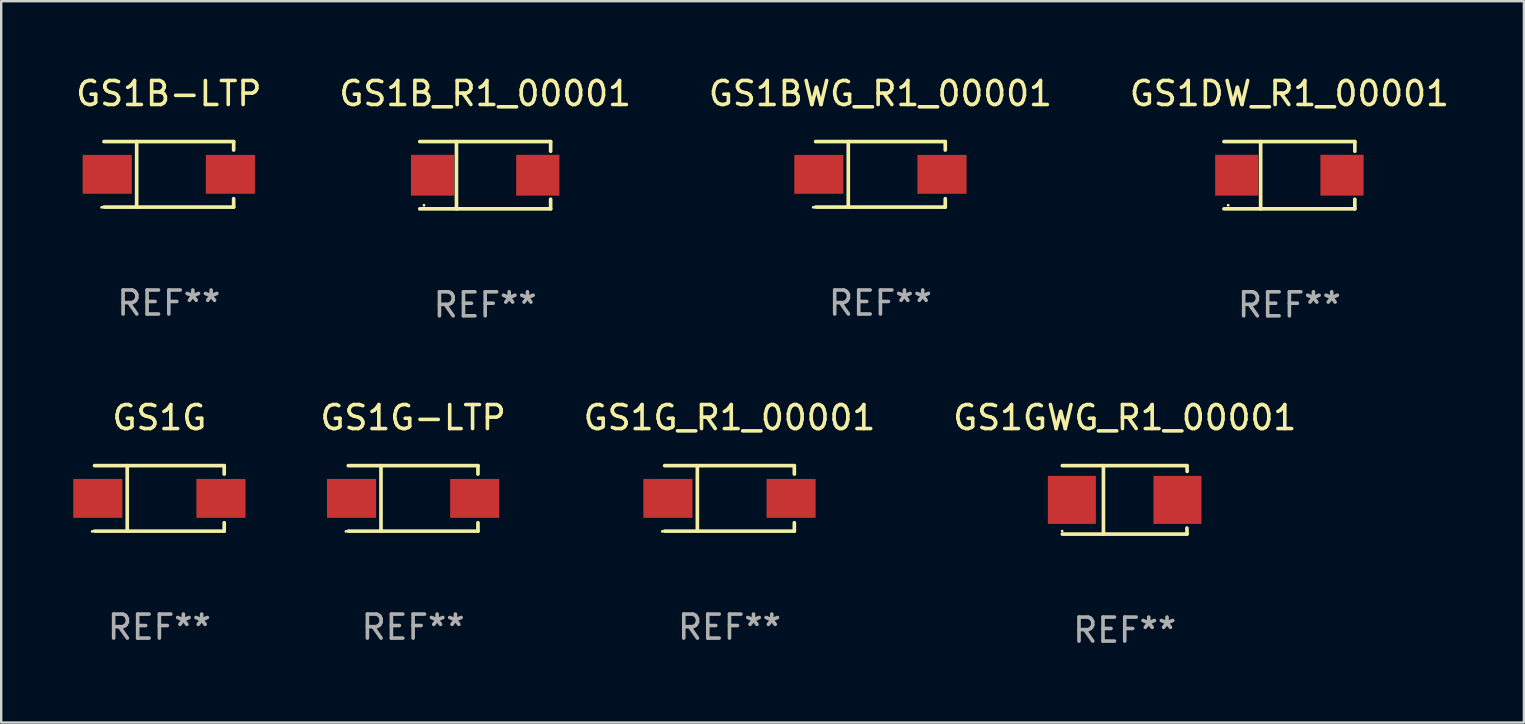
<source format=kicad_pcb>
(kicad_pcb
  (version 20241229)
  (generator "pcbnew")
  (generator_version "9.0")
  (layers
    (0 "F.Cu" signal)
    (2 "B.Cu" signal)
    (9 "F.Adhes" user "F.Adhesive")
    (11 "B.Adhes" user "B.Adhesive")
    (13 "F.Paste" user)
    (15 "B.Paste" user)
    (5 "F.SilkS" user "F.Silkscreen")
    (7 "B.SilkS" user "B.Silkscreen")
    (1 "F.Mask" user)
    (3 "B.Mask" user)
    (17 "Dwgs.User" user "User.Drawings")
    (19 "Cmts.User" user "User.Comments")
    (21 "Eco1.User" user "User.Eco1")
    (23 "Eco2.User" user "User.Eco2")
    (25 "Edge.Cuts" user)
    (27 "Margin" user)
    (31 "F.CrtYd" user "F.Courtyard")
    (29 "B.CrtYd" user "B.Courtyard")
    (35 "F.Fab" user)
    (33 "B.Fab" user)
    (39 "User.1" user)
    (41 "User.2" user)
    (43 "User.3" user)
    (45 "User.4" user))
  (footprint "GS1BWG_R1_00001"
    (layer "F.Cu")
    (at 33.625 4.212)
    (property "Reference" "GS1BWG_R1_00001" (at 0 -3.364 0) (layer "F.SilkS") (effects (font (size 1 1) (thickness 0.15))))
    (attr through_hole)
    (fp_line (start -2.701 -1.364) (end 2.701 -1.364) (stroke (width 0.152) (type solid)) (layer "F.SilkS"))
    (fp_line (start -2.701 1.364) (end 2.701 1.364) (stroke (width 0.152) (type solid)) (layer "F.SilkS"))
    (fp_line (start -1.339 -1.364) (end -1.339 1.364) (stroke (width 0.152) (type solid)) (layer "F.SilkS"))
    (fp_line (start 2.701 -1.364) (end 2.701 -1.013) (stroke (width 0.152) (type solid)) (layer "F.SilkS"))
    (fp_line (start 2.701 1.364) (end 2.701 1.013) (stroke (width 0.152) (type solid)) (layer "F.SilkS"))
    (fp_circle (center -2.8 1.375) (end -2.77 1.375) (stroke (width 0.06) (type solid)) (fill no) (layer "F.SilkS"))
    (fp_text user "REF**" (at 0 5.364 0) (layer "F.Fab") (effects (font (size 1 1) (thickness 0.15))))
    (pad "1" smd rect (at -2.565 -0.000025) (size 2.046 1.62) (layers "F.Cu" "F.Mask" "F.Paste"))
    (pad "2" smd rect (at 2.565 -0.000025) (size 2.046 1.62) (layers "F.Cu" "F.Mask" "F.Paste")))
  (footprint "GS1B-LTP"
    (layer "F.Cu")
    (at 3.982 4.212)
    (property "Reference" "GS1B-LTP" (at 0 -3.364 0) (layer "F.SilkS") (effects (font (size 1 1) (thickness 0.15))))
    (attr through_hole)
    (fp_line (start -2.701 -1.364) (end 2.701 -1.364) (stroke (width 0.152) (type solid)) (layer "F.SilkS"))
    (fp_line (start -2.701 1.364) (end 2.701 1.364) (stroke (width 0.152) (type solid)) (layer "F.SilkS"))
    (fp_line (start -1.339 -1.364) (end -1.339 1.364) (stroke (width 0.152) (type solid)) (layer "F.SilkS"))
    (fp_line (start 2.701 -1.364) (end 2.701 -1.013) (stroke (width 0.152) (type solid)) (layer "F.SilkS"))
    (fp_line (start 2.701 1.364) (end 2.701 1.013) (stroke (width 0.152) (type solid)) (layer "F.SilkS"))
    (fp_circle (center -2.8 1.375) (end -2.77 1.375) (stroke (width 0.06) (type solid)) (fill no) (layer "F.SilkS"))
    (fp_text user "REF**" (at 0 5.364 0) (layer "F.Fab") (effects (font (size 1 1) (thickness 0.15))))
    (pad "1" smd rect (at -2.565 -0.000025) (size 2.046 1.62) (layers "F.Cu" "F.Mask" "F.Paste"))
    (pad "2" smd rect (at 2.565 -0.000025) (size 2.046 1.62) (layers "F.Cu" "F.Mask" "F.Paste")))
  (footprint "GS1G_R1_00001"
    (layer "F.Cu")
    (at 27.338 17.711)
    (property "Reference" "GS1G_R1_00001" (at 0 -3.364 0) (layer "F.SilkS") (effects (font (size 1 1) (thickness 0.15))))
    (attr through_hole)
    (fp_line (start -2.701 -1.364) (end 2.701 -1.364) (stroke (width 0.152) (type solid)) (layer "F.SilkS"))
    (fp_line (start -2.701 1.364) (end 2.701 1.364) (stroke (width 0.152) (type solid)) (layer "F.SilkS"))
    (fp_line (start -1.339 -1.364) (end -1.339 1.364) (stroke (width 0.152) (type solid)) (layer "F.SilkS"))
    (fp_line (start 2.701 -1.364) (end 2.701 -1.013) (stroke (width 0.152) (type solid)) (layer "F.SilkS"))
    (fp_line (start 2.701 1.364) (end 2.701 1.013) (stroke (width 0.152) (type solid)) (layer "F.SilkS"))
    (fp_circle (center -2.8 1.375) (end -2.77 1.375) (stroke (width 0.06) (type solid)) (fill no) (layer "F.SilkS"))
    (fp_text user "REF**" (at 0 5.364 0) (layer "F.Fab") (effects (font (size 1 1) (thickness 0.15))))
    (pad "1" smd rect (at -2.565 -0.000025) (size 2.046 1.62) (layers "F.Cu" "F.Mask" "F.Paste"))
    (pad "2" smd rect (at 2.565 -0.000025) (size 2.046 1.62) (layers "F.Cu" "F.Mask" "F.Paste")))
  (footprint "GS1GWG_R1_00001"
    (layer "F.Cu")
    (at 43.802 17.773)
    (property "Reference" "GS1GWG_R1_00001" (at 0 -3.426 0) (layer "F.SilkS") (effects (font (size 1 1) (thickness 0.15))))
    (attr through_hole)
    (fp_line (start -2.6 -1.426) (end 2.593 -1.426) (stroke (width 0.152) (type solid)) (layer "F.SilkS"))
    (fp_line (start -2.6 1.426) (end 2.593 1.426) (stroke (width 0.152) (type solid)) (layer "F.SilkS"))
    (fp_line (start -0.887 -1.426) (end -0.887 1.426) (stroke (width 0.152) (type solid)) (layer "F.SilkS"))
    (fp_line (start 2.59 1.176) (end 2.597 1.415) (stroke (width 0.152) (type solid)) (layer "F.SilkS"))
    (fp_line (start 2.593 -1.426) (end 2.6 -1.187) (stroke (width 0.152) (type solid)) (layer "F.SilkS"))
    (fp_circle (center -2.608 1.3) (end -2.578 1.3) (stroke (width 0.06) (type solid)) (fill no) (layer "F.SilkS"))
    (fp_text user "REF**" (at 0 5.426 0) (layer "F.Fab") (effects (font (size 1 1) (thickness 0.15))))
    (pad "1" smd rect (at -2.203 0 180) (size 2 2) (layers "F.Cu" "F.Mask" "F.Paste"))
    (pad "2" smd rect (at 2.197 0 180) (size 2 2) (layers "F.Cu" "F.Mask" "F.Paste")))
  (footprint "GS1G"
    (layer "F.Cu")
    (at 3.589 17.711)
    (property "Reference" "GS1G" (at 0 -3.364 0) (layer "F.SilkS") (effects (font (size 1 1) (thickness 0.15))))
    (attr through_hole)
    (fp_line (start -2.701 -1.364) (end 2.701 -1.364) (stroke (width 0.152) (type solid)) (layer "F.SilkS"))
    (fp_line (start -2.701 1.364) (end 2.701 1.364) (stroke (width 0.152) (type solid)) (layer "F.SilkS"))
    (fp_line (start -1.339 -1.364) (end -1.339 1.364) (stroke (width 0.152) (type solid)) (layer "F.SilkS"))
    (fp_line (start 2.701 -1.364) (end 2.701 -1.013) (stroke (width 0.152) (type solid)) (layer "F.SilkS"))
    (fp_line (start 2.701 1.364) (end 2.701 1.013) (stroke (width 0.152) (type solid)) (layer "F.SilkS"))
    (fp_circle (center -2.8 1.375) (end -2.77 1.375) (stroke (width 0.06) (type solid)) (fill no) (layer "F.SilkS"))
    (fp_text user "REF**" (at 0 5.364 0) (layer "F.Fab") (effects (font (size 1 1) (thickness 0.15))))
    (pad "1" smd rect (at -2.565 -0.000025) (size 2.046 1.62) (layers "F.Cu" "F.Mask" "F.Paste"))
    (pad "2" smd rect (at 2.565 -0.000025) (size 2.046 1.62) (layers "F.Cu" "F.Mask" "F.Paste")))
  (footprint "GS1G-LTP"
    (layer "F.Cu")
    (at 14.159 17.711)
    (property "Reference" "GS1G-LTP" (at 0 -3.364 0) (layer "F.SilkS") (effects (font (size 1 1) (thickness 0.15))))
    (attr through_hole)
    (fp_line (start -2.701 -1.364) (end 2.701 -1.364) (stroke (width 0.152) (type solid)) (layer "F.SilkS"))
    (fp_line (start -2.701 1.364) (end 2.701 1.364) (stroke (width 0.152) (type solid)) (layer "F.SilkS"))
    (fp_line (start -1.339 -1.364) (end -1.339 1.364) (stroke (width 0.152) (type solid)) (layer "F.SilkS"))
    (fp_line (start 2.701 -1.364) (end 2.701 -1.013) (stroke (width 0.152) (type solid)) (layer "F.SilkS"))
    (fp_line (start 2.701 1.364) (end 2.701 1.013) (stroke (width 0.152) (type solid)) (layer "F.SilkS"))
    (fp_circle (center -2.8 1.375) (end -2.77 1.375) (stroke (width 0.06) (type solid)) (fill no) (layer "F.SilkS"))
    (fp_text user "REF**" (at 0 5.364 0) (layer "F.Fab") (effects (font (size 1 1) (thickness 0.15))))
    (pad "1" smd rect (at -2.565 -0.000025) (size 2.046 1.62) (layers "F.Cu" "F.Mask" "F.Paste"))
    (pad "2" smd rect (at 2.565 -0.000025) (size 2.046 1.62) (layers "F.Cu" "F.Mask" "F.Paste")))
  (footprint "GS1DW_R1_00001"
    (layer "F.Cu")
    (at 50.661 4.249)
    (property "Reference" "GS1DW_R1_00001" (at 0 -3.401 0) (layer "F.SilkS") (effects (font (size 1 1) (thickness 0.15))))
    (attr through_hole)
    (fp_line (start -2.726 -1.401) (end 2.726 -1.401) (stroke (width 0.152) (type solid)) (layer "F.SilkS"))
    (fp_line (start -2.726 1.401) (end 2.726 1.401) (stroke (width 0.152) (type solid)) (layer "F.SilkS"))
    (fp_line (start -1.197 -1.401) (end -1.197 1.401) (stroke (width 0.152) (type solid)) (layer "F.SilkS"))
    (fp_line (start 2.726 -1.401) (end 2.726 -1) (stroke (width 0.152) (type solid)) (layer "F.SilkS"))
    (fp_line (start 2.726 1.401) (end 2.726 1) (stroke (width 0.152) (type solid)) (layer "F.SilkS"))
    (fp_circle (center -2.55 1.25) (end -2.52 1.25) (stroke (width 0.06) (type solid)) (fill no) (layer "F.SilkS"))
    (fp_text user "REF**" (at 0 5.401 0) (layer "F.Fab") (effects (font (size 1 1) (thickness 0.15))))
    (pad "1" smd rect (at -2.192 0) (size 1.8 1.7) (layers "F.Cu" "F.Mask" "F.Paste"))
    (pad "2" smd rect (at 2.192 0) (size 1.8 1.7) (layers "F.Cu" "F.Mask" "F.Paste")))
  (footprint "GS1B_R1_00001"
    (layer "F.Cu")
    (at 17.161 4.249)
    (property "Reference" "GS1B_R1_00001" (at 0 -3.401 0) (layer "F.SilkS") (effects (font (size 1 1) (thickness 0.15))))
    (attr through_hole)
    (fp_line (start -2.726 -1.401) (end 2.726 -1.401) (stroke (width 0.152) (type solid)) (layer "F.SilkS"))
    (fp_line (start -2.726 1.401) (end 2.726 1.401) (stroke (width 0.152) (type solid)) (layer "F.SilkS"))
    (fp_line (start -1.197 -1.401) (end -1.197 1.401) (stroke (width 0.152) (type solid)) (layer "F.SilkS"))
    (fp_line (start 2.726 -1.401) (end 2.726 -1) (stroke (width 0.152) (type solid)) (layer "F.SilkS"))
    (fp_line (start 2.726 1.401) (end 2.726 1) (stroke (width 0.152) (type solid)) (layer "F.SilkS"))
    (fp_circle (center -2.55 1.25) (end -2.52 1.25) (stroke (width 0.06) (type solid)) (fill no) (layer "F.SilkS"))
    (fp_text user "REF**" (at 0 5.401 0) (layer "F.Fab") (effects (font (size 1 1) (thickness 0.15))))
    (pad "1" smd rect (at -2.192 0) (size 1.8 1.7) (layers "F.Cu" "F.Mask" "F.Paste"))
    (pad "2" smd rect (at 2.192 0) (size 1.8 1.7) (layers "F.Cu" "F.Mask" "F.Paste")))
  (gr_rect
    (start -3 -3)
    (end 60.429 27.048)
    (stroke (width 0.1) (type default))
    (fill no)
    (layer "Edge.Cuts")))
</source>
